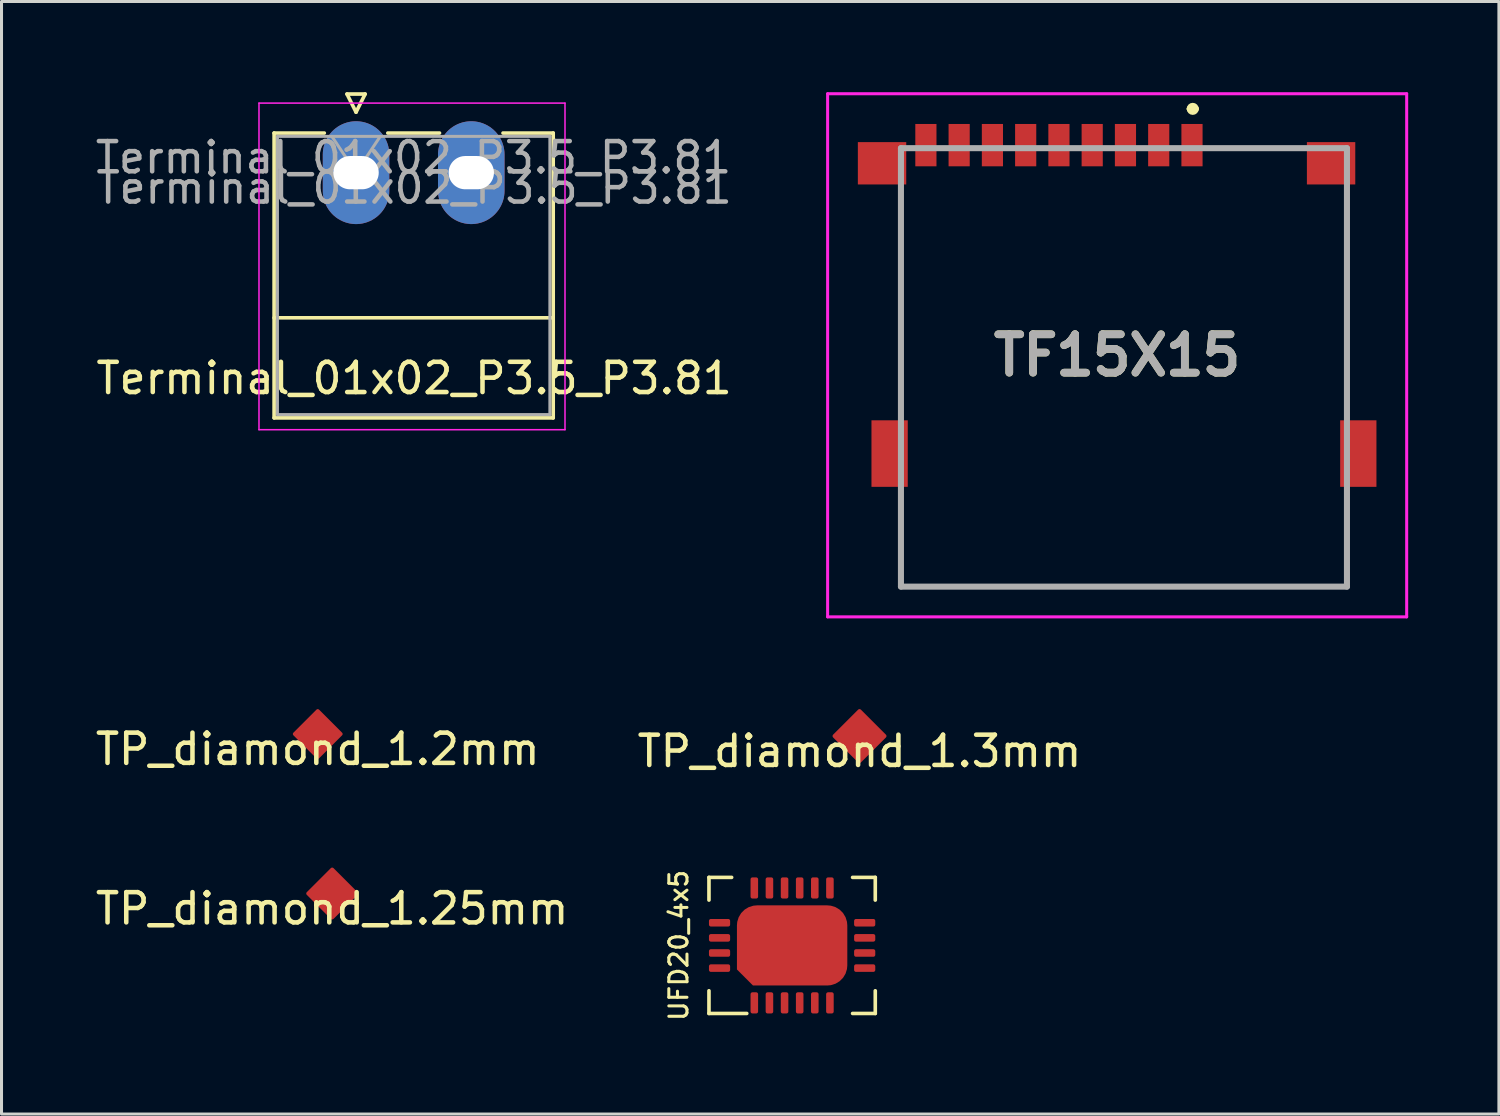
<source format=kicad_pcb>
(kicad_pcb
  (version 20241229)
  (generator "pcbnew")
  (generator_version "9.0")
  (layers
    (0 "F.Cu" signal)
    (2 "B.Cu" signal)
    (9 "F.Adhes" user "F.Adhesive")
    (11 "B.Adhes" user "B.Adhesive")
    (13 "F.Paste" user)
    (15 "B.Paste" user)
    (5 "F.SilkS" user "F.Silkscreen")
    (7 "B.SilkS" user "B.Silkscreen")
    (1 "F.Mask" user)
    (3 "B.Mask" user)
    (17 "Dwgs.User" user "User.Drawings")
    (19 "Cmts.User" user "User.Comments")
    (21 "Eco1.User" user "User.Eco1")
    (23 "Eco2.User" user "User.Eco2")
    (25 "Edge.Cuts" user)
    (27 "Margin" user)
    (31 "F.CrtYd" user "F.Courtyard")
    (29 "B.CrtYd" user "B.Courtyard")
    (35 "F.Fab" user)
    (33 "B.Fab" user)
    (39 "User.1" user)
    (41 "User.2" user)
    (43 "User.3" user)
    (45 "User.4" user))
  (footprint "TF15X15"
    (layer "F.Cu")
    (at 33.895 8.7)
    (property "Reference" "TF15X15" (at 0 0 0) (layer "F.SilkS") (effects (font (size 1.27 1.27) (thickness 0.254))))
    (attr through_hole)
    (fp_line (start -7.15 -5.35) (end -7.15 1.85) (stroke (width 0.1) (type solid)) (layer "F.SilkS"))
    (fp_line (start -7.15 4.55) (end -7.15 7.65) (stroke (width 0.1) (type solid)) (layer "F.SilkS"))
    (fp_line (start -7.15 7.65) (end 7.6 7.65) (stroke (width 0.1) (type solid)) (layer "F.SilkS"))
    (fp_line (start 2.4 -8.15) (end 2.4 -8.15) (stroke (width 0.2) (type solid)) (layer "F.SilkS"))
    (fp_line (start 2.6 -8.15) (end 2.6 -8.15) (stroke (width 0.2) (type solid)) (layer "F.SilkS"))
    (fp_line (start 6.1 -6.85) (end 3.1 -6.85) (stroke (width 0.1) (type solid)) (layer "F.SilkS"))
    (fp_line (start 7.6 1.85) (end 7.6 -5.35) (stroke (width 0.1) (type solid)) (layer "F.SilkS"))
    (fp_line (start 7.6 7.65) (end 7.6 4.55) (stroke (width 0.1) (type solid)) (layer "F.SilkS"))
    (fp_arc (start 2.4 -8.15) (mid 2.5 -8.25) (end 2.6 -8.15) (stroke (width 0.2) (type solid)) (layer "F.SilkS"))
    (fp_arc (start 2.6 -8.15) (mid 2.5 -8.05) (end 2.4 -8.15) (stroke (width 0.2) (type solid)) (layer "F.SilkS"))
    (fp_line (start -9.575 -8.65) (end 9.575 -8.65) (stroke (width 0.1) (type solid)) (layer "F.CrtYd"))
    (fp_line (start -9.575 8.65) (end -9.575 -8.65) (stroke (width 0.1) (type solid)) (layer "F.CrtYd"))
    (fp_line (start 9.575 -8.65) (end 9.575 8.65) (stroke (width 0.1) (type solid)) (layer "F.CrtYd"))
    (fp_line (start 9.575 8.65) (end -9.575 8.65) (stroke (width 0.1) (type solid)) (layer "F.CrtYd"))
    (fp_line (start -7.15 -6.85) (end 7.6 -6.85) (stroke (width 0.2) (type solid)) (layer "F.Fab"))
    (fp_line (start -7.15 7.65) (end -7.15 -6.85) (stroke (width 0.2) (type solid)) (layer "F.Fab"))
    (fp_line (start 7.6 -6.85) (end 7.6 7.65) (stroke (width 0.2) (type solid)) (layer "F.Fab"))
    (fp_line (start 7.6 7.65) (end -7.15 7.65) (stroke (width 0.2) (type solid)) (layer "F.Fab"))
    (fp_text user "${REFERENCE}" (at 0 0 0) (layer "F.Fab") (effects (font (size 1.27 1.27) (thickness 0.254))))
    (pad "" np_thru_hole circle (at -4.725 3.65) (size 0.001 0.001) (drill 0.9) (layers "*.Cu" "*.Mask"))
    (pad "" np_thru_hole circle (at 3.275 3.65) (size 0.001 0.001) (drill 0.9) (layers "*.Cu" "*.Mask"))
    (pad "1" smd rect (at 2.475 -6.95) (size 0.7 1.4) (layers "F.Cu" "F.Mask" "F.Paste"))
    (pad "2" smd rect (at 1.375 -6.95) (size 0.7 1.4) (layers "F.Cu" "F.Mask" "F.Paste"))
    (pad "3" smd rect (at 0.275 -6.95) (size 0.7 1.4) (layers "F.Cu" "F.Mask" "F.Paste"))
    (pad "4" smd rect (at -0.825 -6.95) (size 0.7 1.4) (layers "F.Cu" "F.Mask" "F.Paste"))
    (pad "5" smd rect (at -1.925 -6.95) (size 0.7 1.4) (layers "F.Cu" "F.Mask" "F.Paste"))
    (pad "6" smd rect (at -3.025 -6.95) (size 0.7 1.4) (layers "F.Cu" "F.Mask" "F.Paste"))
    (pad "7" smd rect (at -4.125 -6.95) (size 0.7 1.4) (layers "F.Cu" "F.Mask" "F.Paste"))
    (pad "8" smd rect (at -5.225 -6.95) (size 0.7 1.4) (layers "F.Cu" "F.Mask" "F.Paste"))
    (pad "9" smd rect (at -6.325 -6.95) (size 0.7 1.4) (layers "F.Cu" "F.Mask" "F.Paste"))
    (pad "MP1" smd rect (at -7.775 -6.35 90) (size 1.4 1.6) (layers "F.Cu" "F.Mask" "F.Paste"))
    (pad "MP2" smd rect (at 7.075 -6.35 90) (size 1.4 1.6) (layers "F.Cu" "F.Mask" "F.Paste"))
    (pad "MP3" smd rect (at -7.525 3.25) (size 1.2 2.2) (layers "F.Cu" "F.Mask" "F.Paste"))
    (pad "MP4" smd rect (at 7.975 3.25) (size 1.2 2.2) (layers "F.Cu" "F.Mask" "F.Paste")))
  (footprint "UFD20_4x5"
    (layer "F.Cu")
    (at 23.146 28.216)
    (property "Reference" "UFD20_4x5" (at -3.75 0 90) (unlocked yes) (layer "F.SilkS") (effects (font (size 0.6 0.6) (thickness 0.1))))
    (attr smd)
    (fp_line (start -2.75 -2.25) (end -2.75 -1.5) (stroke (width 0.12) (type solid)) (layer "F.SilkS"))
    (fp_line (start -2.75 1.5) (end -2.75 2.25) (stroke (width 0.12) (type solid)) (layer "F.SilkS"))
    (fp_line (start -2.75 2.25) (end -1.5 2.25) (stroke (width 0.12) (type solid)) (layer "F.SilkS"))
    (fp_line (start -2 -2.25) (end -2.75 -2.25) (stroke (width 0.12) (type solid)) (layer "F.SilkS"))
    (fp_line (start 2 2.25) (end 2.75 2.25) (stroke (width 0.12) (type solid)) (layer "F.SilkS"))
    (fp_line (start 2.75 -2.25) (end 2 -2.25) (stroke (width 0.12) (type solid)) (layer "F.SilkS"))
    (fp_line (start 2.75 -1.5) (end 2.75 -2.25) (stroke (width 0.12) (type solid)) (layer "F.SilkS"))
    (fp_line (start 2.75 2.25) (end 2.75 1.5) (stroke (width 0.12) (type solid)) (layer "F.SilkS"))
    (fp_line (start -2.5 -2) (end 2.5 -2) (stroke (width 0.12) (type solid)) (layer "Eco1.User"))
    (fp_line (start -2.5 2) (end -2.5 -2) (stroke (width 0.12) (type solid)) (layer "Eco1.User"))
    (fp_line (start 2.5 -2) (end 2.5 2) (stroke (width 0.12) (type solid)) (layer "Eco1.User"))
    (fp_line (start 2.5 2) (end -2.5 2) (stroke (width 0.12) (type solid)) (layer "Eco1.User"))
    (pad "1" smd roundrect (at -1.25 1.9 90) (size 0.7 0.25) (layers "F.Cu" "F.Mask" "F.Paste") (roundrect_rratio 0.25))
    (pad "2" smd roundrect (at -0.75 1.9 90) (size 0.7 0.25) (layers "F.Cu" "F.Mask" "F.Paste") (roundrect_rratio 0.25))
    (pad "3" smd roundrect (at -0.25 1.9 90) (size 0.7 0.25) (layers "F.Cu" "F.Mask" "F.Paste") (roundrect_rratio 0.25))
    (pad "4" smd roundrect (at 0.25 1.9 90) (size 0.7 0.25) (layers "F.Cu" "F.Mask" "F.Paste") (roundrect_rratio 0.25))
    (pad "5" smd roundrect (at 0.75 1.9 90) (size 0.7 0.25) (layers "F.Cu" "F.Mask" "F.Paste") (roundrect_rratio 0.25))
    (pad "6" smd roundrect (at 1.25 1.9 90) (size 0.7 0.25) (layers "F.Cu" "F.Mask" "F.Paste") (roundrect_rratio 0.25))
    (pad "7" smd roundrect (at 2.4 0.75) (size 0.7 0.25) (layers "F.Cu" "F.Mask" "F.Paste") (roundrect_rratio 0.25))
    (pad "8" smd roundrect (at 2.4 0.25) (size 0.7 0.25) (layers "F.Cu" "F.Mask" "F.Paste") (roundrect_rratio 0.25))
    (pad "9" smd roundrect (at 2.4 -0.25) (size 0.7 0.25) (layers "F.Cu" "F.Mask" "F.Paste") (roundrect_rratio 0.25))
    (pad "10" smd roundrect (at 2.4 -0.75) (size 0.7 0.25) (layers "F.Cu" "F.Mask" "F.Paste") (roundrect_rratio 0.25))
    (pad "11" smd roundrect (at 1.25 -1.9 90) (size 0.7 0.25) (layers "F.Cu" "F.Mask" "F.Paste") (roundrect_rratio 0.25))
    (pad "12" smd roundrect (at 0.75 -1.9 90) (size 0.7 0.25) (layers "F.Cu" "F.Mask" "F.Paste") (roundrect_rratio 0.25))
    (pad "13" smd roundrect (at 0.25 -1.9 90) (size 0.7 0.25) (layers "F.Cu" "F.Mask" "F.Paste") (roundrect_rratio 0.25))
    (pad "14" smd roundrect (at -0.25 -1.9 90) (size 0.7 0.25) (layers "F.Cu" "F.Mask" "F.Paste") (roundrect_rratio 0.25))
    (pad "15" smd roundrect (at -0.75 -1.9 90) (size 0.7 0.25) (layers "F.Cu" "F.Mask" "F.Paste") (roundrect_rratio 0.25))
    (pad "16" smd roundrect (at -1.25 -1.9 90) (size 0.7 0.25) (layers "F.Cu" "F.Mask" "F.Paste") (roundrect_rratio 0.25))
    (pad "17" smd roundrect (at -2.4 -0.75) (size 0.7 0.25) (layers "F.Cu" "F.Mask" "F.Paste") (roundrect_rratio 0.25))
    (pad "18" smd roundrect (at -2.4 -0.25) (size 0.7 0.25) (layers "F.Cu" "F.Mask" "F.Paste") (roundrect_rratio 0.25))
    (pad "19" smd roundrect (at -2.4 0.25) (size 0.7 0.25) (layers "F.Cu" "F.Mask" "F.Paste") (roundrect_rratio 0.25))
    (pad "20" smd roundrect (at -2.4 0.75) (size 0.7 0.25) (layers "F.Cu" "F.Mask" "F.Paste") (roundrect_rratio 0.25))
    (pad "21" smd roundrect (at 0 0) (size 3.65 2.65) (layers "F.Cu" "F.Mask" "F.Paste") (roundrect_rratio 0.25) (chamfer_ratio 0.2) (chamfer bottom_left)))
  (footprint "TP_diamond_1.25mm"
    (layer "F.Cu")
    (at 7.935 26.499)
    (property "Reference" "TP_diamond_1.25mm" (at 0 0.5 0) (layer "F.SilkS") (effects (font (size 1 1) (thickness 0.15))))
    (attr through_hole)
    (pad "1" smd roundrect (at 0 0 45) (size 1.25 1.25) (layers "F.Cu") (roundrect_rratio 0.05)))
  (footprint "TP_diamond_1.3mm"
    (layer "F.Cu")
    (at 25.375 21.292)
    (property "Reference" "TP_diamond_1.3mm" (at 0 0.5 0) (layer "F.SilkS") (effects (font (size 1 1) (thickness 0.15))))
    (attr through_hole)
    (pad "1" smd roundrect (at 0 0 45) (size 1.3 1.3) (layers "F.Cu") (roundrect_rratio 0.05)))
  (footprint "TP_diamond_1.2mm"
    (layer "F.Cu")
    (at 7.458 21.224)
    (property "Reference" "TP_diamond_1.2mm" (at 0 0.5 0) (layer "F.SilkS") (effects (font (size 1 1) (thickness 0.15))))
    (attr through_hole)
    (pad "1" smd roundrect (at 0 0 45) (size 1.2 1.2) (layers "F.Cu") (roundrect_rratio 0.05)))
  (footprint "Terminal_01x02_P3.5_P3.81"
    (layer "F.Cu")
    (at 10.645 2.66)
    (property "Reference" "Terminal_01x02_P3.5_P3.81" (at 0 6.8 0) (unlocked yes) (layer "F.SilkS") (effects (font (size 1 1) (thickness 0.15))))
    (attr smd)
    (fp_line (start -4.63 -1.31) (end -4.63 8.11) (stroke (width 0.12) (type solid)) (layer "F.SilkS"))
    (fp_line (start -4.63 -1.31) (end -2.97 -1.31) (stroke (width 0.12) (type solid)) (layer "F.SilkS"))
    (fp_line (start -4.63 4.8) (end 4.6 4.8) (stroke (width 0.12) (type solid)) (layer "F.SilkS"))
    (fp_line (start -4.63 8.11) (end 4.6 8.11) (stroke (width 0.12) (type solid)) (layer "F.SilkS"))
    (fp_line (start -2.22 -2.6) (end -1.62 -2.6) (stroke (width 0.12) (type solid)) (layer "F.SilkS"))
    (fp_line (start -1.92 -2) (end -2.22 -2.6) (stroke (width 0.12) (type solid)) (layer "F.SilkS"))
    (fp_line (start -1.62 -2.6) (end -1.92 -2) (stroke (width 0.12) (type solid)) (layer "F.SilkS"))
    (fp_line (start -0.87 -1.31) (end 0.84 -1.31) (stroke (width 0.12) (type solid)) (layer "F.SilkS"))
    (fp_line (start 4.6 -1.31) (end 2.94 -1.31) (stroke (width 0.12) (type solid)) (layer "F.SilkS"))
    (fp_line (start 4.6 8.11) (end 4.6 -1.31) (stroke (width 0.12) (type solid)) (layer "F.SilkS"))
    (fp_line (start -5.13 -2.3) (end -5.13 8.5) (stroke (width 0.05) (type solid)) (layer "F.CrtYd"))
    (fp_line (start -5.13 8.5) (end 4.99 8.5) (stroke (width 0.05) (type solid)) (layer "F.CrtYd"))
    (fp_line (start 4.99 -2.3) (end -5.13 -2.3) (stroke (width 0.05) (type solid)) (layer "F.CrtYd"))
    (fp_line (start 4.99 8.5) (end 4.99 -2.3) (stroke (width 0.05) (type solid)) (layer "F.CrtYd"))
    (fp_line (start -4.52 -1.2) (end -4.52 8) (stroke (width 0.1) (type solid)) (layer "F.Fab"))
    (fp_line (start -4.52 8) (end 4.49 8) (stroke (width 0.1) (type solid)) (layer "F.Fab"))
    (fp_line (start -1.92 0) (end -2.72 -1.2) (stroke (width 0.1) (type solid)) (layer "F.Fab"))
    (fp_line (start -1.12 -1.2) (end -1.92 0) (stroke (width 0.1) (type solid)) (layer "F.Fab"))
    (fp_line (start 4.49 -1.2) (end -4.52 -1.2) (stroke (width 0.1) (type solid)) (layer "F.Fab"))
    (fp_line (start 4.49 8) (end 4.49 -1.2) (stroke (width 0.1) (type solid)) (layer "F.Fab"))
    (fp_text user "${REFERENCE}" (at -0.02 -0.5 0) (layer "F.Fab") (effects (font (size 1 1) (thickness 0.15))))
    (fp_text user "${REFERENCE}" (at 0 0.5 0) (unlocked yes) (layer "F.Fab") (effects (font (size 1 1) (thickness 0.15))))
    (pad "1" thru_hole oval (at -1.92 0) (size 2.2 3.4) (drill oval 1.5 1.1) (layers "*.Cu" "*.Mask"))
    (pad "2" thru_hole oval (at 1.89 0) (size 2.2 3.4) (drill oval 1.5 1.1) (layers "*.Cu" "*.Mask")))
  (gr_rect
    (start -3 -3)
    (end 46.52 33.792)
    (stroke (width 0.1) (type default))
    (fill no)
    (layer "Edge.Cuts")))
</source>
